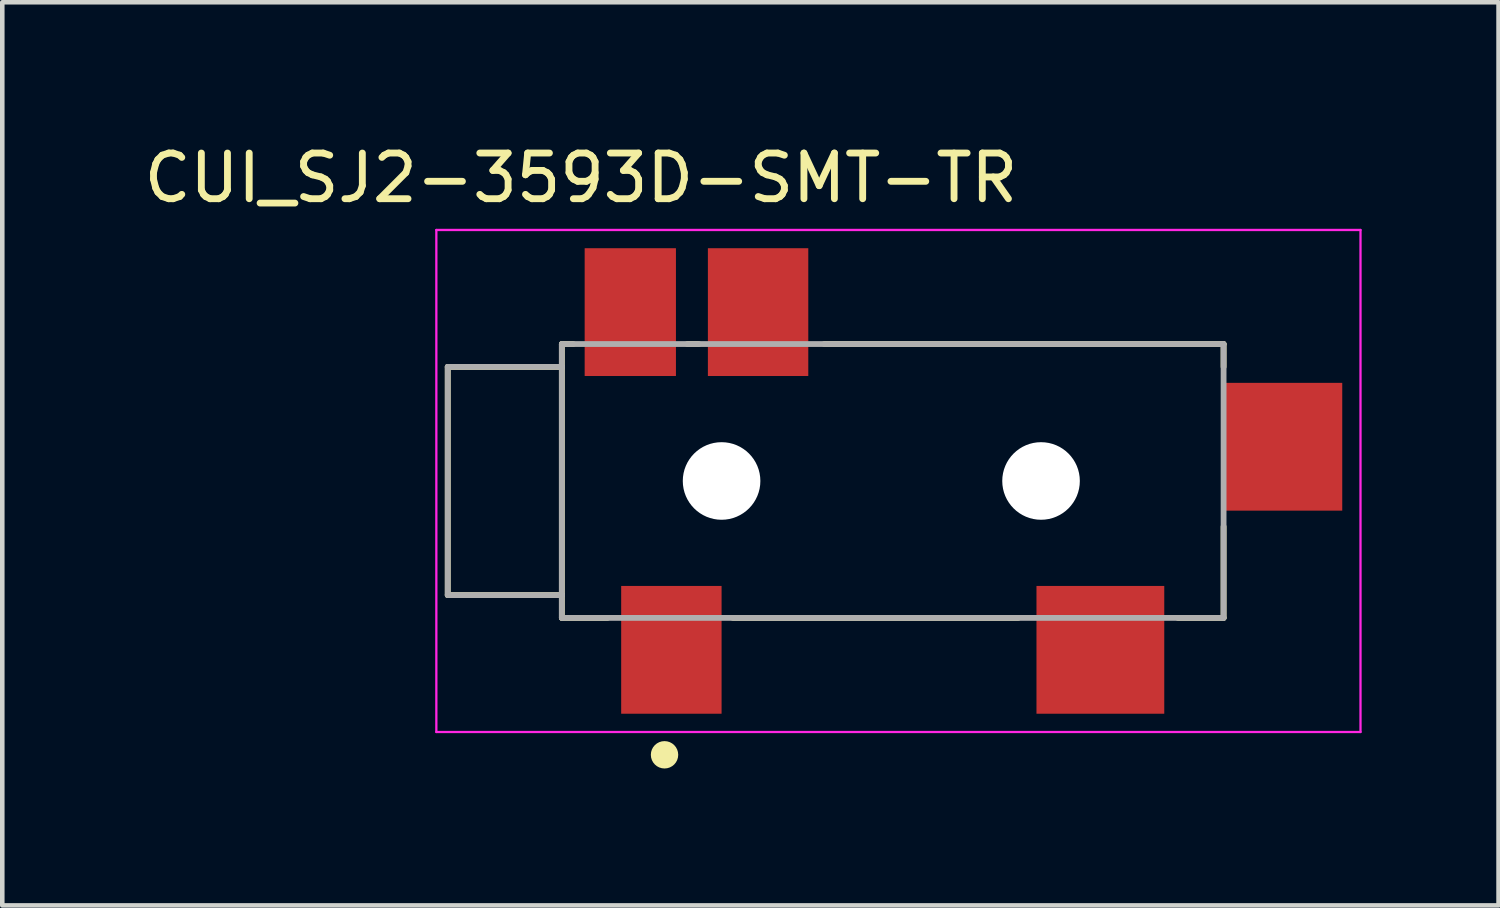
<source format=kicad_pcb>
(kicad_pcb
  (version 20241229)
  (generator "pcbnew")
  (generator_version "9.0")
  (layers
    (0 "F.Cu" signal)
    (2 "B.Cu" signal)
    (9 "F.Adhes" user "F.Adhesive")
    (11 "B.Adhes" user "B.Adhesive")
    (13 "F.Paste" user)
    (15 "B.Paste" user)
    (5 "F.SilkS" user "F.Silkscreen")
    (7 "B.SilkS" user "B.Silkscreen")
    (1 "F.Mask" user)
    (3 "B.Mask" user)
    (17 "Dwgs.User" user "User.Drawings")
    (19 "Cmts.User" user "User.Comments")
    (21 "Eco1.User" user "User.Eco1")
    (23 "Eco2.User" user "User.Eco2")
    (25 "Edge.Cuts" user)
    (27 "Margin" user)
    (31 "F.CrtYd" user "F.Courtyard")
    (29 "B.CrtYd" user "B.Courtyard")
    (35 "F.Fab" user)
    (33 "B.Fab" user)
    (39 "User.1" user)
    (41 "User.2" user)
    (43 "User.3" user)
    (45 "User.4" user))
  (footprint "CUI_SJ2-3593D-SMT-TR"
    (layer "F.Cu")
    (at 16.511 7.489)
    (property "Reference" "CUI_SJ2-3593D-SMT-TR" (at -6.831 -6.64 0) (layer "F.SilkS") (effects (font (size 1.001 1.001) (thickness 0.15))))
    (attr through_hole)
    (fp_line (start -9.75 -2.5) (end -9.75 2.5) (stroke (width 0.127) (type solid)) (layer "F.SilkS"))
    (fp_line (start -9.75 2.5) (end -7.25 2.5) (stroke (width 0.127) (type solid)) (layer "F.SilkS"))
    (fp_line (start -7.25 -3) (end -7.25 -2.5) (stroke (width 0.127) (type solid)) (layer "F.SilkS"))
    (fp_line (start -7.25 -2.5) (end -9.75 -2.5) (stroke (width 0.127) (type solid)) (layer "F.SilkS"))
    (fp_line (start -7.25 -2.5) (end -7.25 2.5) (stroke (width 0.127) (type solid)) (layer "F.SilkS"))
    (fp_line (start -7.25 2.5) (end -7.25 3) (stroke (width 0.127) (type solid)) (layer "F.SilkS"))
    (fp_line (start -7.25 3) (end -6.25 3) (stroke (width 0.127) (type solid)) (layer "F.SilkS"))
    (fp_line (start -7 -3) (end -7.25 -3) (stroke (width 0.127) (type solid)) (layer "F.SilkS"))
    (fp_line (start -4.5 -3) (end -4.25 -3) (stroke (width 0.127) (type solid)) (layer "F.SilkS"))
    (fp_line (start -3.5 3) (end 2.75 3) (stroke (width 0.127) (type solid)) (layer "F.SilkS"))
    (fp_line (start -1.5 -3) (end 7.25 -3) (stroke (width 0.127) (type solid)) (layer "F.SilkS"))
    (fp_line (start 7.25 -3) (end 7.25 -2.5) (stroke (width 0.127) (type solid)) (layer "F.SilkS"))
    (fp_line (start 7.25 1) (end 7.25 3) (stroke (width 0.127) (type solid)) (layer "F.SilkS"))
    (fp_line (start 7.25 3) (end 6.25 3) (stroke (width 0.127) (type solid)) (layer "F.SilkS"))
    (fp_circle (center -5 6) (end -4.85 6) (stroke (width 0.3) (type solid)) (fill no) (layer "F.SilkS"))
    (fp_line (start -10 -5.5) (end 10.25 -5.5) (stroke (width 0.05) (type solid)) (layer "F.CrtYd"))
    (fp_line (start -10 5.5) (end -10 -5.5) (stroke (width 0.05) (type solid)) (layer "F.CrtYd"))
    (fp_line (start 10.25 -5.5) (end 10.25 5.5) (stroke (width 0.05) (type solid)) (layer "F.CrtYd"))
    (fp_line (start 10.25 5.5) (end -10 5.5) (stroke (width 0.05) (type solid)) (layer "F.CrtYd"))
    (fp_line (start -9.75 -2.5) (end -9.75 2.5) (stroke (width 0.127) (type solid)) (layer "F.Fab"))
    (fp_line (start -9.75 2.5) (end -7.25 2.5) (stroke (width 0.127) (type solid)) (layer "F.Fab"))
    (fp_line (start -7.25 -3) (end 7.25 -3) (stroke (width 0.127) (type solid)) (layer "F.Fab"))
    (fp_line (start -7.25 -2.5) (end -9.75 -2.5) (stroke (width 0.127) (type solid)) (layer "F.Fab"))
    (fp_line (start -7.25 -2.5) (end -7.25 -3) (stroke (width 0.127) (type solid)) (layer "F.Fab"))
    (fp_line (start -7.25 2.5) (end -7.25 -2.5) (stroke (width 0.127) (type solid)) (layer "F.Fab"))
    (fp_line (start -7.25 3) (end -7.25 2.5) (stroke (width 0.127) (type solid)) (layer "F.Fab"))
    (fp_line (start 7.25 -3) (end 7.25 3) (stroke (width 0.127) (type solid)) (layer "F.Fab"))
    (fp_line (start 7.25 3) (end -7.25 3) (stroke (width 0.127) (type solid)) (layer "F.Fab"))
    (pad "" np_thru_hole circle (at -3.75 0) (size 1.7 1.7) (drill 1.7) (layers "*.Cu" "*.Mask"))
    (pad "" np_thru_hole circle (at 3.25 0) (size 1.7 1.7) (drill 1.7) (layers "*.Cu" "*.Mask"))
    (pad "G" smd rect (at -4.85 3.7) (size 2.2 2.8) (layers "F.Cu" "F.Mask" "F.Paste"))
    (pad "S" smd rect (at -2.95 -3.7) (size 2.2 2.8) (layers "F.Cu" "F.Mask" "F.Paste"))
    (pad "SN" smd rect (at -5.75 -3.7) (size 2 2.8) (layers "F.Cu" "F.Mask" "F.Paste"))
    (pad "T" smd rect (at 4.55 3.7) (size 2.8 2.8) (layers "F.Cu" "F.Mask" "F.Paste"))
    (pad "TN" smd rect (at 8.55 -0.75) (size 2.6 2.8) (layers "F.Cu" "F.Mask" "F.Paste")))
  (gr_rect
    (start -3 -3)
    (end 29.786 16.789)
    (stroke (width 0.1) (type default))
    (fill no)
    (layer "Edge.Cuts")))
</source>
